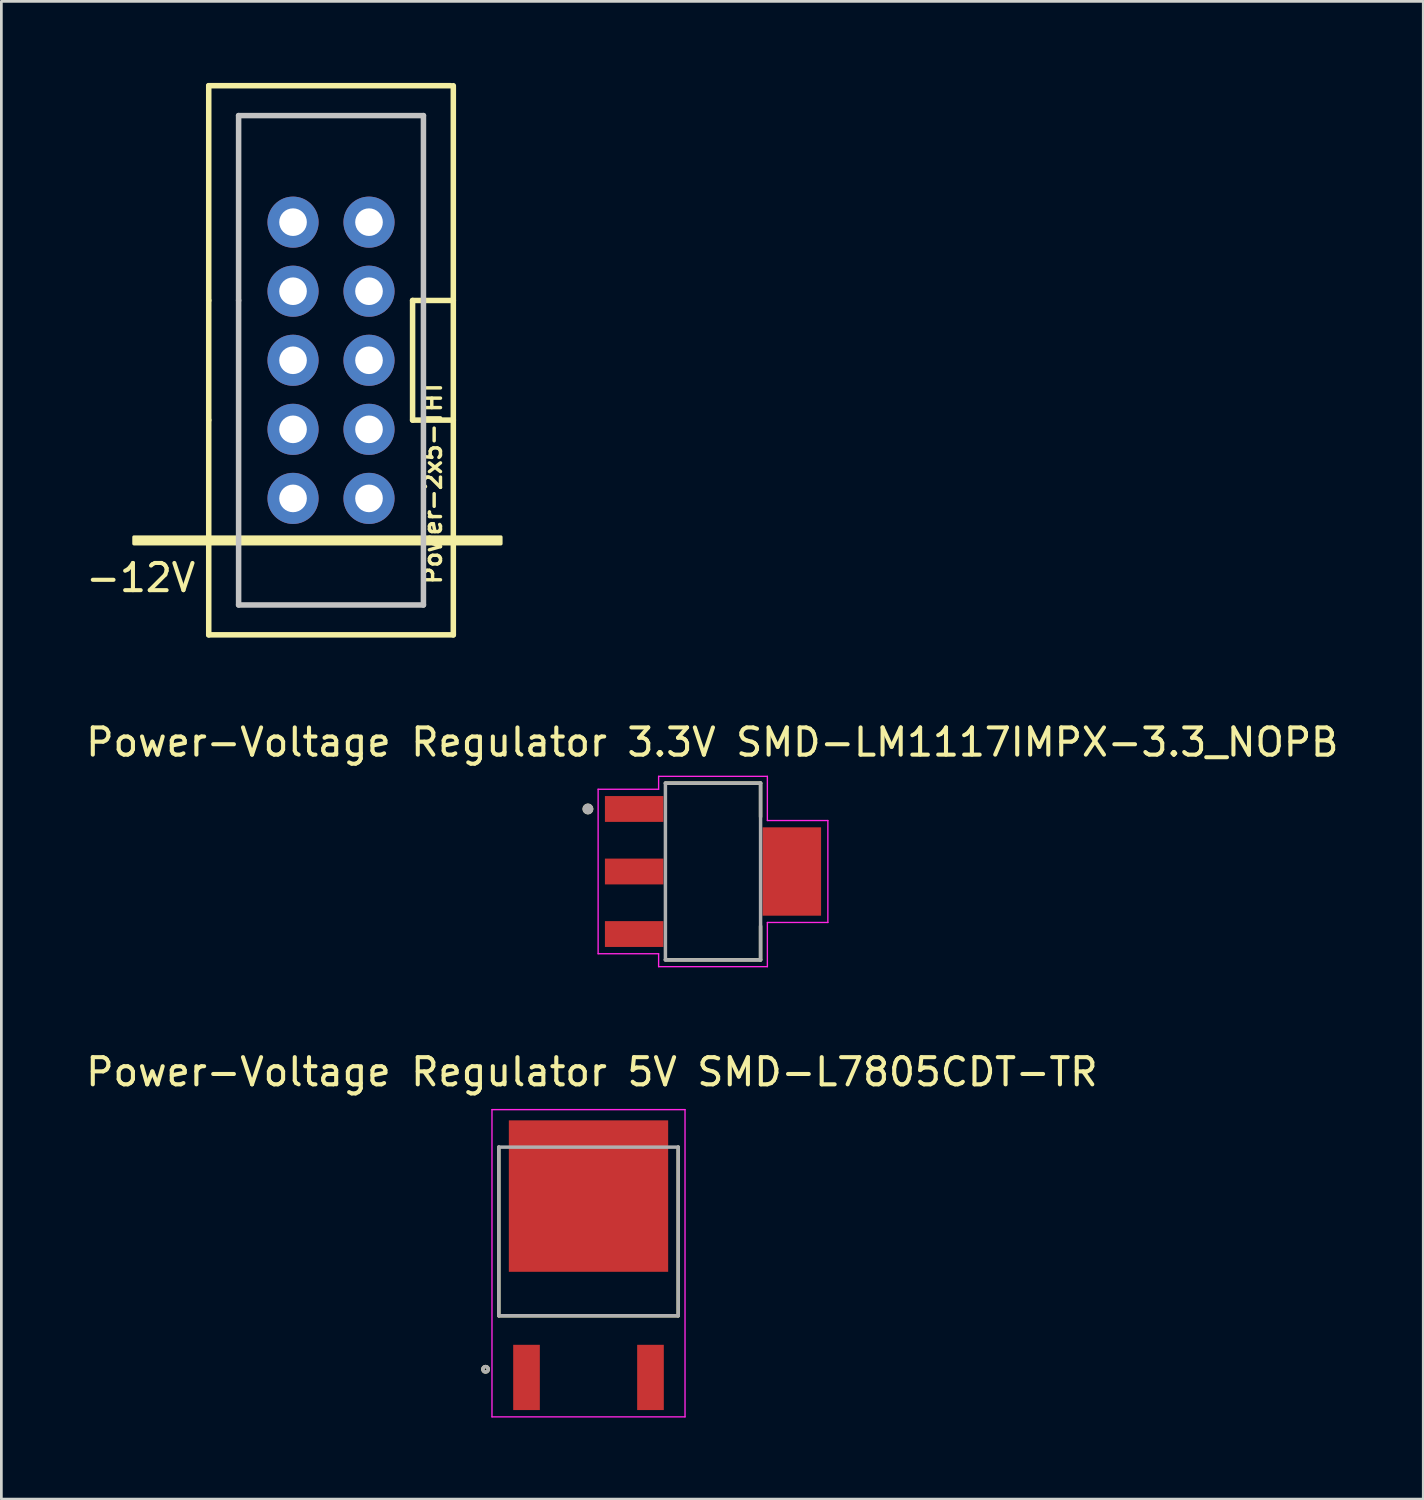
<source format=kicad_pcb>
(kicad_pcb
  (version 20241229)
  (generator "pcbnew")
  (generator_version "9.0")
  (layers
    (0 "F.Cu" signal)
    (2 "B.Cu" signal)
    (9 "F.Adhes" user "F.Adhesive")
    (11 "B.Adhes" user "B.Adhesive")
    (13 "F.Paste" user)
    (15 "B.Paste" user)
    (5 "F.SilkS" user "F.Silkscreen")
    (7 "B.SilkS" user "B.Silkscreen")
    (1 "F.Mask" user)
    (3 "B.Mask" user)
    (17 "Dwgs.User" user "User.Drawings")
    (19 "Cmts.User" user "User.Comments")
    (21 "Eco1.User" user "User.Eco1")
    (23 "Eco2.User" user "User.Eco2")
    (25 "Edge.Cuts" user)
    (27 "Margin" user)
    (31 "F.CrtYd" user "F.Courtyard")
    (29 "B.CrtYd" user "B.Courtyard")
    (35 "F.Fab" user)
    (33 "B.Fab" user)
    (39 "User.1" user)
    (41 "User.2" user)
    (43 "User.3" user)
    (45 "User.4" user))
  (footprint "Power-Voltage Regulator 3.3V SMD-LM1117IMPX-3.3_NOPB"
    (layer "F.Cu")
    (at 23.174 29.004)
    (property "Reference" "Power-Voltage Regulator 3.3V SMD-LM1117IMPX-3.3_NOPB" (at -0.025 -4.754 0) (layer "F.SilkS") (effects (font (size 1 1) (thickness 0.15))))
    (attr smd)
    (fp_line (start -1.75 -3.25) (end 1.75 -3.25) (stroke (width 0.127) (type solid)) (layer "F.SilkS"))
    (fp_line (start -1.75 3.25) (end 1.75 3.25) (stroke (width 0.127) (type solid)) (layer "F.SilkS"))
    (fp_line (start 1.75 -3.25) (end 1.75 -2.01) (stroke (width 0.127) (type solid)) (layer "F.SilkS"))
    (fp_line (start 1.75 3.25) (end 1.75 2.01) (stroke (width 0.127) (type solid)) (layer "F.SilkS"))
    (fp_circle (center -4.6 -2.3) (end -4.5 -2.3) (stroke (width 0.2) (type solid)) (fill no) (layer "F.SilkS"))
    (fp_line (start -4.225 -3.025) (end -4.225 3.025) (stroke (width 0.05) (type solid)) (layer "F.CrtYd"))
    (fp_line (start -4.225 3.025) (end -2 3.025) (stroke (width 0.05) (type solid)) (layer "F.CrtYd"))
    (fp_line (start -2 -3.5) (end -2 -3.025) (stroke (width 0.05) (type solid)) (layer "F.CrtYd"))
    (fp_line (start -2 -3.025) (end -4.225 -3.025) (stroke (width 0.05) (type solid)) (layer "F.CrtYd"))
    (fp_line (start -2 3.025) (end -2 3.5) (stroke (width 0.05) (type solid)) (layer "F.CrtYd"))
    (fp_line (start -2 3.5) (end 2 3.5) (stroke (width 0.05) (type solid)) (layer "F.CrtYd"))
    (fp_line (start 2 -3.5) (end -2 -3.5) (stroke (width 0.05) (type solid)) (layer "F.CrtYd"))
    (fp_line (start 2 -1.875) (end 2 -3.5) (stroke (width 0.05) (type solid)) (layer "F.CrtYd"))
    (fp_line (start 2 1.875) (end 4.225 1.875) (stroke (width 0.05) (type solid)) (layer "F.CrtYd"))
    (fp_line (start 2 3.5) (end 2 1.875) (stroke (width 0.05) (type solid)) (layer "F.CrtYd"))
    (fp_line (start 4.225 -1.875) (end 2 -1.875) (stroke (width 0.05) (type solid)) (layer "F.CrtYd"))
    (fp_line (start 4.225 1.875) (end 4.225 -1.875) (stroke (width 0.05) (type solid)) (layer "F.CrtYd"))
    (fp_line (start -1.75 -3.25) (end -1.75 3.25) (stroke (width 0.127) (type solid)) (layer "F.Fab"))
    (fp_line (start 1.75 -3.25) (end -1.75 -3.25) (stroke (width 0.127) (type solid)) (layer "F.Fab"))
    (fp_line (start 1.75 -3.25) (end 1.75 3.25) (stroke (width 0.127) (type solid)) (layer "F.Fab"))
    (fp_line (start 1.75 3.25) (end -1.75 3.25) (stroke (width 0.127) (type solid)) (layer "F.Fab"))
    (fp_circle (center -4.6 -2.3) (end -4.5 -2.3) (stroke (width 0.2) (type solid)) (fill no) (layer "F.Fab"))
    (pad "1" smd rect (at -2.9 -2.3 270) (size 0.95 2.15) (layers "F.Cu" "F.Mask" "F.Paste"))
    (pad "2" smd rect (at -2.9 0 270) (size 0.95 2.15) (layers "F.Cu" "F.Mask" "F.Paste"))
    (pad "3" smd rect (at -2.9 2.3 270) (size 0.95 2.15) (layers "F.Cu" "F.Mask" "F.Paste"))
    (pad "4" smd rect (at 2.9 0 270) (size 3.25 2.15) (layers "F.Cu" "F.Mask" "F.Paste")))
  (footprint "Power-Voltage Regulator 5V SMD-L7805CDT-TR"
    (layer "F.Cu")
    (at 18.595 43.412)
    (property "Reference" "Power-Voltage Regulator 5V SMD-L7805CDT-TR" (at 0.125 -7.035 0) (layer "F.SilkS") (effects (font (size 1 1) (thickness 0.15))))
    (attr smd)
    (fp_line (start -3.3 -4.27) (end -3.3 1.93) (stroke (width 0.127) (type solid)) (layer "F.SilkS"))
    (fp_line (start -3.3 1.93) (end 3.3 1.93) (stroke (width 0.127) (type solid)) (layer "F.SilkS"))
    (fp_line (start 3.3 1.93) (end 3.3 -4.27) (stroke (width 0.127) (type solid)) (layer "F.SilkS"))
    (fp_circle (center -3.786 3.9) (end -3.686 3.9) (stroke (width 0.127) (type solid)) (fill no) (layer "F.SilkS"))
    (fp_line (start -3.55 -5.65) (end -3.55 5.65) (stroke (width 0.05) (type solid)) (layer "F.CrtYd"))
    (fp_line (start -3.55 5.65) (end 3.55 5.65) (stroke (width 0.05) (type solid)) (layer "F.CrtYd"))
    (fp_line (start 3.55 -5.65) (end -3.55 -5.65) (stroke (width 0.05) (type solid)) (layer "F.CrtYd"))
    (fp_line (start 3.55 5.65) (end 3.55 -5.65) (stroke (width 0.05) (type solid)) (layer "F.CrtYd"))
    (fp_line (start -3.3 -4.27) (end 3.3 -4.27) (stroke (width 0.127) (type solid)) (layer "F.Fab"))
    (fp_line (start -3.3 1.93) (end -3.3 -4.27) (stroke (width 0.127) (type solid)) (layer "F.Fab"))
    (fp_line (start 3.3 -4.27) (end 3.3 1.93) (stroke (width 0.127) (type solid)) (layer "F.Fab"))
    (fp_line (start 3.3 1.93) (end -3.3 1.93) (stroke (width 0.127) (type solid)) (layer "F.Fab"))
    (fp_circle (center -3.786 3.9) (end -3.686 3.9) (stroke (width 0.127) (type solid)) (fill no) (layer "F.Fab"))
    (pad "1" smd rect (at -2.28 4.2 90) (size 2.4 0.98) (layers "F.Cu" "F.Mask" "F.Paste"))
    (pad "2" smd rect (at 2.28 4.2 270) (size 2.4 0.98) (layers "F.Cu" "F.Mask" "F.Paste"))
    (pad "3" smd rect (at 0 -2.47 90) (size 5.57 5.86) (layers "F.Cu" "F.Mask")))
  (footprint "Power-2x5-THT"
    (layer "F.Cu")
    (at 9.125 10.201)
    (property "Reference" "Power-2x5-THT" (at 3.75 4.5 90) (layer "F.SilkS") (effects (font (size 0.61 0.61) (thickness 0.127))))
    (attr through_hole exclude_from_pos_files exclude_from_bom)
    (fp_line (start -4.498 -10.099) (end 4.399 -10.099) (stroke (width 0.203) (type solid)) (layer "F.SilkS"))
    (fp_line (start -4.498 -2.2) (end -4.498 -10.099) (stroke (width 0.203) (type solid)) (layer "F.SilkS"))
    (fp_line (start -4.498 2.2) (end -4.498 -2.2) (stroke (width 0.203) (type solid)) (layer "F.SilkS"))
    (fp_line (start -4.498 10.099) (end -4.498 2.2) (stroke (width 0.203) (type solid)) (layer "F.SilkS"))
    (fp_line (start 3 -2.2) (end 3 2.2) (stroke (width 0.203) (type solid)) (layer "F.SilkS"))
    (fp_line (start 3.001 -2.2) (end 4.499 -2.2) (stroke (width 0.203) (type solid)) (layer "F.SilkS"))
    (fp_line (start 4.498 -10.099) (end 4.498 10.099) (stroke (width 0.203) (type solid)) (layer "F.SilkS"))
    (fp_line (start 4.498 10.099) (end -4.498 10.099) (stroke (width 0.203) (type solid)) (layer "F.SilkS"))
    (fp_line (start 4.499 2.2) (end 3.001 2.2) (stroke (width 0.203) (type solid)) (layer "F.SilkS"))
    (fp_rect (start 6.25 6.5) (end -7.25 6.75) (stroke (width 0.12) (type solid)) (fill yes) (layer "F.SilkS"))
    (fp_line (start -3.399 -8.999) (end -3.399 -2.2) (stroke (width 0.203) (type solid)) (layer "Dwgs.User"))
    (fp_line (start -3.399 -8.999) (end 3.399 -8.999) (stroke (width 0.203) (type solid)) (layer "Dwgs.User"))
    (fp_line (start -3.399 8.999) (end -3.399 -2.2) (stroke (width 0.203) (type solid)) (layer "Dwgs.User"))
    (fp_line (start -3.399 8.999) (end 3.399 8.999) (stroke (width 0.203) (type solid)) (layer "Dwgs.User"))
    (fp_line (start -1.524 -5.334) (end -1.016 -5.334) (stroke (width 0.066) (type solid)) (layer "Dwgs.User"))
    (fp_line (start -1.524 -4.826) (end -1.524 -5.334) (stroke (width 0.066) (type solid)) (layer "Dwgs.User"))
    (fp_line (start -1.524 -4.826) (end -1.016 -4.826) (stroke (width 0.066) (type solid)) (layer "Dwgs.User"))
    (fp_line (start -1.524 -2.794) (end -1.016 -2.794) (stroke (width 0.066) (type solid)) (layer "Dwgs.User"))
    (fp_line (start -1.524 -2.286) (end -1.524 -2.794) (stroke (width 0.066) (type solid)) (layer "Dwgs.User"))
    (fp_line (start -1.524 -2.286) (end -1.016 -2.286) (stroke (width 0.066) (type solid)) (layer "Dwgs.User"))
    (fp_line (start -1.524 -0.254) (end -1.016 -0.254) (stroke (width 0.066) (type solid)) (layer "Dwgs.User"))
    (fp_line (start -1.524 0.254) (end -1.524 -0.254) (stroke (width 0.066) (type solid)) (layer "Dwgs.User"))
    (fp_line (start -1.524 0.254) (end -1.016 0.254) (stroke (width 0.066) (type solid)) (layer "Dwgs.User"))
    (fp_line (start -1.524 2.286) (end -1.016 2.286) (stroke (width 0.066) (type solid)) (layer "Dwgs.User"))
    (fp_line (start -1.524 2.286) (end -1.016 2.286) (stroke (width 0.066) (type solid)) (layer "Dwgs.User"))
    (fp_line (start -1.524 2.794) (end -1.524 2.286) (stroke (width 0.066) (type solid)) (layer "Dwgs.User"))
    (fp_line (start -1.524 2.794) (end -1.524 2.286) (stroke (width 0.066) (type solid)) (layer "Dwgs.User"))
    (fp_line (start -1.524 2.794) (end -1.016 2.794) (stroke (width 0.066) (type solid)) (layer "Dwgs.User"))
    (fp_line (start -1.524 2.794) (end -1.016 2.794) (stroke (width 0.066) (type solid)) (layer "Dwgs.User"))
    (fp_line (start -1.524 4.826) (end -1.016 4.826) (stroke (width 0.066) (type solid)) (layer "Dwgs.User"))
    (fp_line (start -1.524 5.334) (end -1.524 4.826) (stroke (width 0.066) (type solid)) (layer "Dwgs.User"))
    (fp_line (start -1.524 5.334) (end -1.016 5.334) (stroke (width 0.066) (type solid)) (layer "Dwgs.User"))
    (fp_line (start -1.016 -4.826) (end -1.016 -5.334) (stroke (width 0.066) (type solid)) (layer "Dwgs.User"))
    (fp_line (start -1.016 -2.286) (end -1.016 -2.794) (stroke (width 0.066) (type solid)) (layer "Dwgs.User"))
    (fp_line (start -1.016 0.254) (end -1.016 -0.254) (stroke (width 0.066) (type solid)) (layer "Dwgs.User"))
    (fp_line (start -1.016 2.794) (end -1.016 2.286) (stroke (width 0.066) (type solid)) (layer "Dwgs.User"))
    (fp_line (start -1.016 2.794) (end -1.016 2.286) (stroke (width 0.066) (type solid)) (layer "Dwgs.User"))
    (fp_line (start -1.016 5.334) (end -1.016 4.826) (stroke (width 0.066) (type solid)) (layer "Dwgs.User"))
    (fp_line (start 1.016 -5.334) (end 1.524 -5.334) (stroke (width 0.066) (type solid)) (layer "Dwgs.User"))
    (fp_line (start 1.016 -4.826) (end 1.016 -5.334) (stroke (width 0.066) (type solid)) (layer "Dwgs.User"))
    (fp_line (start 1.016 -4.826) (end 1.524 -4.826) (stroke (width 0.066) (type solid)) (layer "Dwgs.User"))
    (fp_line (start 1.016 -2.794) (end 1.524 -2.794) (stroke (width 0.066) (type solid)) (layer "Dwgs.User"))
    (fp_line (start 1.016 -2.286) (end 1.016 -2.794) (stroke (width 0.066) (type solid)) (layer "Dwgs.User"))
    (fp_line (start 1.016 -2.286) (end 1.524 -2.286) (stroke (width 0.066) (type solid)) (layer "Dwgs.User"))
    (fp_line (start 1.016 -0.254) (end 1.524 -0.254) (stroke (width 0.066) (type solid)) (layer "Dwgs.User"))
    (fp_line (start 1.016 0.254) (end 1.016 -0.254) (stroke (width 0.066) (type solid)) (layer "Dwgs.User"))
    (fp_line (start 1.016 0.254) (end 1.524 0.254) (stroke (width 0.066) (type solid)) (layer "Dwgs.User"))
    (fp_line (start 1.016 2.286) (end 1.524 2.286) (stroke (width 0.066) (type solid)) (layer "Dwgs.User"))
    (fp_line (start 1.016 2.286) (end 1.524 2.286) (stroke (width 0.066) (type solid)) (layer "Dwgs.User"))
    (fp_line (start 1.016 2.794) (end 1.016 2.286) (stroke (width 0.066) (type solid)) (layer "Dwgs.User"))
    (fp_line (start 1.016 2.794) (end 1.016 2.286) (stroke (width 0.066) (type solid)) (layer "Dwgs.User"))
    (fp_line (start 1.016 2.794) (end 1.524 2.794) (stroke (width 0.066) (type solid)) (layer "Dwgs.User"))
    (fp_line (start 1.016 2.794) (end 1.524 2.794) (stroke (width 0.066) (type solid)) (layer "Dwgs.User"))
    (fp_line (start 1.016 4.826) (end 1.524 4.826) (stroke (width 0.066) (type solid)) (layer "Dwgs.User"))
    (fp_line (start 1.016 5.334) (end 1.016 4.826) (stroke (width 0.066) (type solid)) (layer "Dwgs.User"))
    (fp_line (start 1.016 5.334) (end 1.524 5.334) (stroke (width 0.066) (type solid)) (layer "Dwgs.User"))
    (fp_line (start 1.524 -4.826) (end 1.524 -5.334) (stroke (width 0.066) (type solid)) (layer "Dwgs.User"))
    (fp_line (start 1.524 -2.286) (end 1.524 -2.794) (stroke (width 0.066) (type solid)) (layer "Dwgs.User"))
    (fp_line (start 1.524 0.254) (end 1.524 -0.254) (stroke (width 0.066) (type solid)) (layer "Dwgs.User"))
    (fp_line (start 1.524 2.794) (end 1.524 2.286) (stroke (width 0.066) (type solid)) (layer "Dwgs.User"))
    (fp_line (start 1.524 2.794) (end 1.524 2.286) (stroke (width 0.066) (type solid)) (layer "Dwgs.User"))
    (fp_line (start 1.524 5.334) (end 1.524 4.826) (stroke (width 0.066) (type solid)) (layer "Dwgs.User"))
    (fp_line (start 3.399 -8.999) (end 3.399 8.999) (stroke (width 0.203) (type solid)) (layer "Dwgs.User"))
    (fp_text user "-12V" (at -7 8 0) (unlocked yes) (layer "F.SilkS") (effects (font (size 1 1) (thickness 0.15))))
    (pad "1" thru_hole circle (at -1.397 -5.08) (size 1.88 1.88) (drill 1.016) (layers "*.Cu" "*.Mask"))
    (pad "2" thru_hole circle (at 1.397 -5.08) (size 1.88 1.88) (drill 1.016) (layers "*.Cu" "*.Mask"))
    (pad "3" thru_hole circle (at -1.397 -2.54) (size 1.88 1.88) (drill 1.016) (layers "*.Cu" "*.Mask"))
    (pad "4" thru_hole circle (at 1.397 -2.54) (size 1.88 1.88) (drill 1.016) (layers "*.Cu" "*.Mask"))
    (pad "5" thru_hole circle (at -1.397 0) (size 1.88 1.88) (drill 1.016) (layers "*.Cu" "*.Mask"))
    (pad "6" thru_hole circle (at 1.397 0) (size 1.88 1.88) (drill 1.016) (layers "*.Cu" "*.Mask"))
    (pad "7" thru_hole circle (at -1.397 2.54) (size 1.88 1.88) (drill 1.016) (layers "*.Cu" "*.Mask"))
    (pad "8" thru_hole circle (at 1.397 2.54) (size 1.88 1.88) (drill 1.016) (layers "*.Cu" "*.Mask"))
    (pad "9" thru_hole circle (at -1.397 5.08) (size 1.88 1.88) (drill 1.016) (layers "*.Cu" "*.Mask"))
    (pad "10" thru_hole circle (at 1.397 5.08) (size 1.88 1.88) (drill 1.016) (layers "*.Cu" "*.Mask")))
  (gr_rect
    (start -3 -3)
    (end 49.298 52.087)
    (stroke (width 0.1) (type default))
    (fill no)
    (layer "Edge.Cuts")))
</source>
